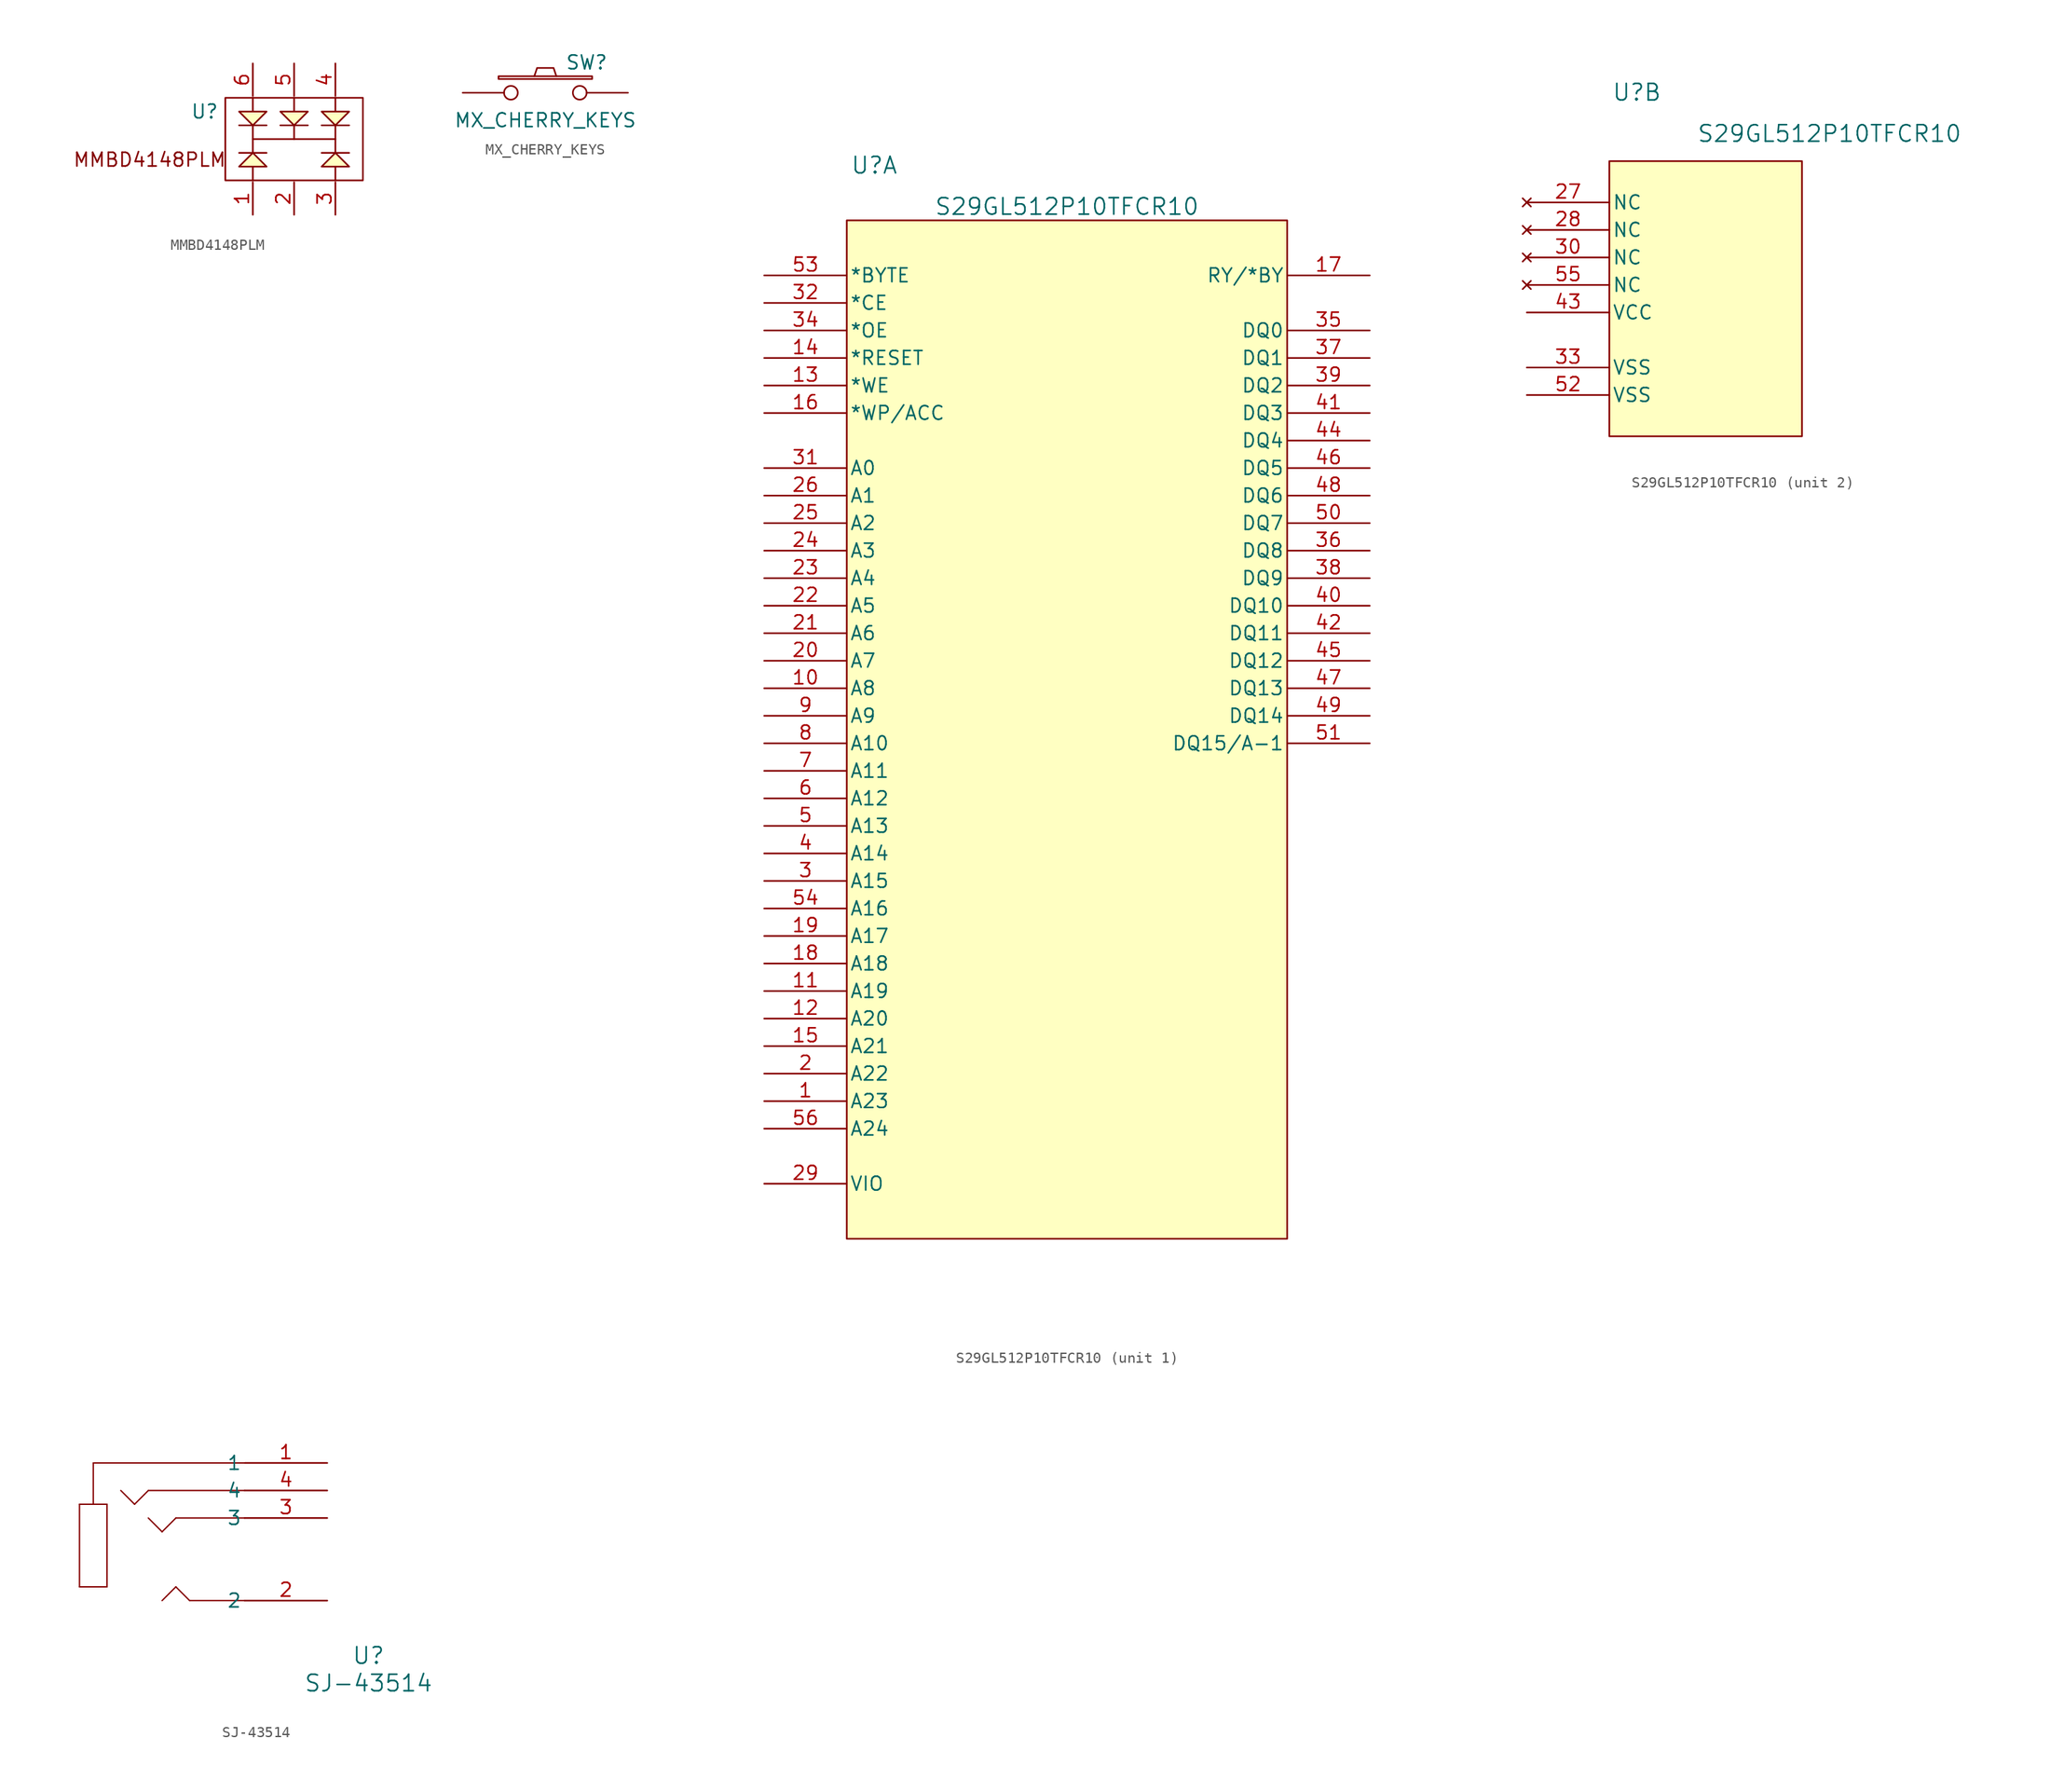
<source format=kicad_sym>
(kicad_symbol_lib
  (version 20231120)
  (generator "kicad_symbol_editor")
  (generator_version "8.0")
  (symbol "MMBD4148PLM"
    (property "Reference" "U"
      (at -8.255 2.54 0)
      (effects (font (size 1.27 1.27))))
    (property "Value" ""
      (at 1.27 2.54 0)
      (effects (font (size 1.27 1.27))))
    (symbol "MMBD4148PLM_0_1"
      (polyline (pts (xy -5.08 1.27) (xy -2.54 1.27)) (stroke (width 0) (type default)) (fill (type none)))
      (polyline (pts (xy -2.54 -1.27) (xy -5.08 -1.27)) (stroke (width 0) (type default)) (fill (type none)))
      (polyline (pts (xy -1.27 1.27) (xy 1.27 1.27)) (stroke (width 0) (type default)) (fill (type none)))
      (polyline (pts (xy 2.54 1.27) (xy 5.08 1.27)) (stroke (width 0) (type default)) (fill (type none)))
      (polyline (pts (xy 5.08 -1.27) (xy 2.54 -1.27)) (stroke (width 0) (type default)) (fill (type none))))
    (symbol "MMBD4148PLM_1_1"
      (rectangle (start -6.35 3.81) (end 6.35 -3.81) (stroke (width 0) (type default)) (fill (type none)))
      (polyline (pts (xy -3.81 0) (xy 3.81 0)) (stroke (width 0) (type default)) (fill (type none)))
      (polyline (pts (xy -3.81 1.27) (xy -3.81 -1.27)) (stroke (width 0) (type default)) (fill (type none)))
      (polyline (pts (xy 0 1.27) (xy 0 0)) (stroke (width 0) (type default)) (fill (type none)))
      (polyline (pts (xy 3.81 1.27) (xy 3.81 -1.27)) (stroke (width 0) (type default)) (fill (type none)))
      (polyline (pts (xy -3.81 -3.81) (xy -3.81 -2.54) (xy -5.08 -2.54) (xy -3.81 -1.27) (xy -2.54 -2.54) (xy -3.81 -2.54)) (stroke (width 0) (type default)) (fill (type background)))
      (polyline (pts (xy -3.81 3.81) (xy -3.81 2.54) (xy -2.54 2.54) (xy -3.81 1.27) (xy -5.08 2.54) (xy -3.81 2.54)) (stroke (width 0) (type default)) (fill (type background)))
      (polyline (pts (xy 0 3.81) (xy 0 2.54) (xy 1.27 2.54) (xy 0 1.27) (xy -1.27 2.54) (xy 0 2.54)) (stroke (width 0) (type default)) (fill (type background)))
      (polyline (pts (xy 3.81 -3.81) (xy 3.81 -2.54) (xy 2.54 -2.54) (xy 3.81 -1.27) (xy 5.08 -2.54) (xy 3.81 -2.54)) (stroke (width 0) (type default)) (fill (type background)))
      (polyline (pts (xy 3.81 3.81) (xy 3.81 2.54) (xy 5.08 2.54) (xy 3.81 1.27) (xy 2.54 2.54) (xy 3.81 2.54)) (stroke (width 0) (type default)) (fill (type background)))
      (text "MMBD4148PLM" (at -13.335 -1.905 0) (effects (font (size 1.27 1.27))))
      (pin passive line (at -3.81 -6.985 90) (length 3) (name "" (effects (font (size 1.27 1.27)))) (number "1" (effects (font (size 1.27 1.27)))))
      (pin passive line (at 0 -6.985 90) (length 3) (name "" (effects (font (size 1.27 1.27)))) (number "2" (effects (font (size 1.27 1.27)))))
      (pin passive line (at 3.81 -6.985 90) (length 3) (name "" (effects (font (size 1.27 1.27)))) (number "3" (effects (font (size 1.27 1.27)))))
      (pin passive line (at 3.81 6.985 270) (length 3) (name "" (effects (font (size 1.27 1.27)))) (number "4" (effects (font (size 1.27 1.27)))))
      (pin passive line (at 0 6.985 270) (length 3) (name "" (effects (font (size 1.27 1.27)))) (number "5" (effects (font (size 1.27 1.27)))))
      (pin passive line (at -3.81 6.985 270) (length 3) (name "" (effects (font (size 1.27 1.27)))) (number "6" (effects (font (size 1.27 1.27)))))))
  (symbol "MX_CHERRY_KEYS"
    (pin_numbers hide)
    (pin_names
      (offset 1.016) hide)
    (property "Reference" "SW"
      (at 3.81 2.794 0)
      (effects (font (size 1.27 1.27))))
    (property "Value" "MX_CHERRY_KEYS"
      (at 0 -2.54 0)
      (effects (font (size 1.27 1.27))))
    (symbol "MX_CHERRY_KEYS_0_1"
      (rectangle (start -4.318 1.27) (end 4.318 1.524) (stroke (width 0) (type solid)) (fill (type none)))
      (polyline (pts (xy -1.016 1.524) (xy -0.762 2.286) (xy 0.762 2.286) (xy 1.016 1.524)) (stroke (width 0) (type solid)) (fill (type none)))
      (pin passive inverted (at -7.62 0 0) (length 5.08) (name "1" (effects (font (size 1.524 1.524)))) (number "1" (effects (font (size 1.524 1.524)))))
      (pin passive inverted (at 7.62 0 180) (length 5.08) (name "2" (effects (font (size 1.524 1.524)))) (number "2" (effects (font (size 1.524 1.524)))))))
  (symbol "S29GL512P10TFCR10"
    (pin_names
      (offset 0.254))
    (property "Reference" "U"
      (at -16.51 54.61 0)
      (effects (font (size 1.524 1.524))))
    (property "Value" "S29GL512P10TFCR10"
      (at 1.27 50.8 0)
      (effects (font (size 1.524 1.524))))
    (property "ki_locked" ""
      (at 0 0 0)
      (effects (font (size 1.27 1.27))))
    (symbol "S29GL512P10TFCR10_1_1"
      (rectangle (start -19.05 49.53) (end 21.59 -44.45) (stroke (width 0) (type default)) (fill (type background)))
      (pin input line (at -26.67 -31.75 0) (length 7.62) (name "A23" (effects (font (size 1.27 1.27)))) (number "1" (effects (font (size 1.27 1.27)))))
      (pin input line (at -26.67 6.35 0) (length 7.62) (name "A8" (effects (font (size 1.27 1.27)))) (number "10" (effects (font (size 1.27 1.27)))))
      (pin input line (at -26.67 -21.59 0) (length 7.62) (name "A19" (effects (font (size 1.27 1.27)))) (number "11" (effects (font (size 1.27 1.27)))))
      (pin input line (at -26.67 -24.13 0) (length 7.62) (name "A20" (effects (font (size 1.27 1.27)))) (number "12" (effects (font (size 1.27 1.27)))))
      (pin input line (at -26.67 34.29 0) (length 7.62) (name "*WE" (effects (font (size 1.27 1.27)))) (number "13" (effects (font (size 1.27 1.27)))))
      (pin input line (at -26.67 36.83 0) (length 7.62) (name "*RESET" (effects (font (size 1.27 1.27)))) (number "14" (effects (font (size 1.27 1.27)))))
      (pin input line (at -26.67 -26.67 0) (length 7.62) (name "A21" (effects (font (size 1.27 1.27)))) (number "15" (effects (font (size 1.27 1.27)))))
      (pin input line (at -26.67 31.75 0) (length 7.62) (name "*WP/ACC" (effects (font (size 1.27 1.27)))) (number "16" (effects (font (size 1.27 1.27)))))
      (pin output line (at 29.21 44.45 180) (length 7.62) (name "RY/*BY" (effects (font (size 1.27 1.27)))) (number "17" (effects (font (size 1.27 1.27)))))
      (pin input line (at -26.67 -19.05 0) (length 7.62) (name "A18" (effects (font (size 1.27 1.27)))) (number "18" (effects (font (size 1.27 1.27)))))
      (pin input line (at -26.67 -16.51 0) (length 7.62) (name "A17" (effects (font (size 1.27 1.27)))) (number "19" (effects (font (size 1.27 1.27)))))
      (pin input line (at -26.67 -29.21 0) (length 7.62) (name "A22" (effects (font (size 1.27 1.27)))) (number "2" (effects (font (size 1.27 1.27)))))
      (pin input line (at -26.67 8.89 0) (length 7.62) (name "A7" (effects (font (size 1.27 1.27)))) (number "20" (effects (font (size 1.27 1.27)))))
      (pin input line (at -26.67 11.43 0) (length 7.62) (name "A6" (effects (font (size 1.27 1.27)))) (number "21" (effects (font (size 1.27 1.27)))))
      (pin input line (at -26.67 13.97 0) (length 7.62) (name "A5" (effects (font (size 1.27 1.27)))) (number "22" (effects (font (size 1.27 1.27)))))
      (pin input line (at -26.67 16.51 0) (length 7.62) (name "A4" (effects (font (size 1.27 1.27)))) (number "23" (effects (font (size 1.27 1.27)))))
      (pin input line (at -26.67 19.05 0) (length 7.62) (name "A3" (effects (font (size 1.27 1.27)))) (number "24" (effects (font (size 1.27 1.27)))))
      (pin input line (at -26.67 21.59 0) (length 7.62) (name "A2" (effects (font (size 1.27 1.27)))) (number "25" (effects (font (size 1.27 1.27)))))
      (pin input line (at -26.67 24.13 0) (length 7.62) (name "A1" (effects (font (size 1.27 1.27)))) (number "26" (effects (font (size 1.27 1.27)))))
      (pin bidirectional line (at -26.67 -39.37 0) (length 7.62) (name "VIO" (effects (font (size 1.27 1.27)))) (number "29" (effects (font (size 1.27 1.27)))))
      (pin input line (at -26.67 -11.43 0) (length 7.62) (name "A15" (effects (font (size 1.27 1.27)))) (number "3" (effects (font (size 1.27 1.27)))))
      (pin input line (at -26.67 26.67 0) (length 7.62) (name "A0" (effects (font (size 1.27 1.27)))) (number "31" (effects (font (size 1.27 1.27)))))
      (pin input line (at -26.67 41.91 0) (length 7.62) (name "*CE" (effects (font (size 1.27 1.27)))) (number "32" (effects (font (size 1.27 1.27)))))
      (pin input line (at -26.67 39.37 0) (length 7.62) (name "*OE" (effects (font (size 1.27 1.27)))) (number "34" (effects (font (size 1.27 1.27)))))
      (pin bidirectional line (at 29.21 39.37 180) (length 7.62) (name "DQ0" (effects (font (size 1.27 1.27)))) (number "35" (effects (font (size 1.27 1.27)))))
      (pin bidirectional line (at 29.21 19.05 180) (length 7.62) (name "DQ8" (effects (font (size 1.27 1.27)))) (number "36" (effects (font (size 1.27 1.27)))))
      (pin bidirectional line (at 29.21 36.83 180) (length 7.62) (name "DQ1" (effects (font (size 1.27 1.27)))) (number "37" (effects (font (size 1.27 1.27)))))
      (pin bidirectional line (at 29.21 16.51 180) (length 7.62) (name "DQ9" (effects (font (size 1.27 1.27)))) (number "38" (effects (font (size 1.27 1.27)))))
      (pin bidirectional line (at 29.21 34.29 180) (length 7.62) (name "DQ2" (effects (font (size 1.27 1.27)))) (number "39" (effects (font (size 1.27 1.27)))))
      (pin input line (at -26.67 -8.89 0) (length 7.62) (name "A14" (effects (font (size 1.27 1.27)))) (number "4" (effects (font (size 1.27 1.27)))))
      (pin bidirectional line (at 29.21 13.97 180) (length 7.62) (name "DQ10" (effects (font (size 1.27 1.27)))) (number "40" (effects (font (size 1.27 1.27)))))
      (pin bidirectional line (at 29.21 31.75 180) (length 7.62) (name "DQ3" (effects (font (size 1.27 1.27)))) (number "41" (effects (font (size 1.27 1.27)))))
      (pin bidirectional line (at 29.21 11.43 180) (length 7.62) (name "DQ11" (effects (font (size 1.27 1.27)))) (number "42" (effects (font (size 1.27 1.27)))))
      (pin bidirectional line (at 29.21 29.21 180) (length 7.62) (name "DQ4" (effects (font (size 1.27 1.27)))) (number "44" (effects (font (size 1.27 1.27)))))
      (pin bidirectional line (at 29.21 8.89 180) (length 7.62) (name "DQ12" (effects (font (size 1.27 1.27)))) (number "45" (effects (font (size 1.27 1.27)))))
      (pin bidirectional line (at 29.21 26.67 180) (length 7.62) (name "DQ5" (effects (font (size 1.27 1.27)))) (number "46" (effects (font (size 1.27 1.27)))))
      (pin bidirectional line (at 29.21 6.35 180) (length 7.62) (name "DQ13" (effects (font (size 1.27 1.27)))) (number "47" (effects (font (size 1.27 1.27)))))
      (pin bidirectional line (at 29.21 24.13 180) (length 7.62) (name "DQ6" (effects (font (size 1.27 1.27)))) (number "48" (effects (font (size 1.27 1.27)))))
      (pin bidirectional line (at 29.21 3.81 180) (length 7.62) (name "DQ14" (effects (font (size 1.27 1.27)))) (number "49" (effects (font (size 1.27 1.27)))))
      (pin input line (at -26.67 -6.35 0) (length 7.62) (name "A13" (effects (font (size 1.27 1.27)))) (number "5" (effects (font (size 1.27 1.27)))))
      (pin bidirectional line (at 29.21 21.59 180) (length 7.62) (name "DQ7" (effects (font (size 1.27 1.27)))) (number "50" (effects (font (size 1.27 1.27)))))
      (pin bidirectional line (at 29.21 1.27 180) (length 7.62) (name "DQ15/A-1" (effects (font (size 1.27 1.27)))) (number "51" (effects (font (size 1.27 1.27)))))
      (pin input line (at -26.67 44.45 0) (length 7.62) (name "*BYTE" (effects (font (size 1.27 1.27)))) (number "53" (effects (font (size 1.27 1.27)))))
      (pin input line (at -26.67 -13.97 0) (length 7.62) (name "A16" (effects (font (size 1.27 1.27)))) (number "54" (effects (font (size 1.27 1.27)))))
      (pin input line (at -26.67 -34.29 0) (length 7.62) (name "A24" (effects (font (size 1.27 1.27)))) (number "56" (effects (font (size 1.27 1.27)))))
      (pin input line (at -26.67 -3.81 0) (length 7.62) (name "A12" (effects (font (size 1.27 1.27)))) (number "6" (effects (font (size 1.27 1.27)))))
      (pin input line (at -26.67 -1.27 0) (length 7.62) (name "A11" (effects (font (size 1.27 1.27)))) (number "7" (effects (font (size 1.27 1.27)))))
      (pin input line (at -26.67 1.27 0) (length 7.62) (name "A10" (effects (font (size 1.27 1.27)))) (number "8" (effects (font (size 1.27 1.27)))))
      (pin input line (at -26.67 3.81 0) (length 7.62) (name "A9" (effects (font (size 1.27 1.27)))) (number "9" (effects (font (size 1.27 1.27))))))
    (symbol "S29GL512P10TFCR10_2_1"
      (rectangle (start -19.05 48.26) (end -1.27 22.86) (stroke (width 0) (type default)) (fill (type background)))
      (pin no_connect line (at -26.67 44.45 0) (length 7.62) (name "NC" (effects (font (size 1.27 1.27)))) (number "27" (effects (font (size 1.27 1.27)))))
      (pin no_connect line (at -26.67 41.91 0) (length 7.62) (name "NC" (effects (font (size 1.27 1.27)))) (number "28" (effects (font (size 1.27 1.27)))))
      (pin no_connect line (at -26.67 39.37 0) (length 7.62) (name "NC" (effects (font (size 1.27 1.27)))) (number "30" (effects (font (size 1.27 1.27)))))
      (pin power_in line (at -26.67 29.21 0) (length 7.62) (name "VSS" (effects (font (size 1.27 1.27)))) (number "33" (effects (font (size 1.27 1.27)))))
      (pin power_in line (at -26.67 34.29 0) (length 7.62) (name "VCC" (effects (font (size 1.27 1.27)))) (number "43" (effects (font (size 1.27 1.27)))))
      (pin power_in line (at -26.67 26.67 0) (length 7.62) (name "VSS" (effects (font (size 1.27 1.27)))) (number "52" (effects (font (size 1.27 1.27)))))
      (pin no_connect line (at -26.67 36.83 0) (length 7.62) (name "NC" (effects (font (size 1.27 1.27)))) (number "55" (effects (font (size 1.27 1.27)))))))
  (symbol "SJ-43514"
    (pin_names
      (offset 0.254))
    (property "Reference" "U"
      (at 13.97 -10.16 0)
      (effects (font (size 1.524 1.524))))
    (property "Value" "SJ-43514"
      (at 13.97 -12.7 0)
      (effects (font (size 1.524 1.524))))
    (symbol "SJ-43514_0_1"
      (polyline (pts (xy -12.7 -3.81) (xy -12.7 3.81)) (stroke (width 0.127) (type default)) (fill (type none)))
      (polyline (pts (xy -12.7 3.81) (xy -10.16 3.81)) (stroke (width 0.127) (type default)) (fill (type none)))
      (polyline (pts (xy -11.43 7.62) (xy -11.43 3.81)) (stroke (width 0.127) (type default)) (fill (type none)))
      (polyline (pts (xy -10.16 -3.81) (xy -12.7 -3.81)) (stroke (width 0.127) (type default)) (fill (type none)))
      (polyline (pts (xy -7.62 3.81) (xy -8.89 5.08)) (stroke (width 0.127) (type default)) (fill (type none)))
      (polyline (pts (xy -7.62 3.81) (xy -6.35 5.08)) (stroke (width 0.127) (type default)) (fill (type none)))
      (polyline (pts (xy -5.08 1.27) (xy -6.35 2.54)) (stroke (width 0.127) (type default)) (fill (type none)))
      (polyline (pts (xy -3.81 -3.81) (xy -5.08 -5.08)) (stroke (width 0.127) (type default)) (fill (type none)))
      (polyline (pts (xy -3.81 2.54) (xy -5.08 1.27)) (stroke (width 0.127) (type default)) (fill (type none)))
      (polyline (pts (xy -2.54 -5.08) (xy -3.81 -3.81)) (stroke (width 0.127) (type default)) (fill (type none)))
      (polyline (pts (xy 2.54 -5.08) (xy -2.54 -5.08)) (stroke (width 0.127) (type default)) (fill (type none)))
      (polyline (pts (xy 2.54 2.54) (xy -3.81 2.54)) (stroke (width 0.127) (type default)) (fill (type none)))
      (polyline (pts (xy 2.54 5.08) (xy -6.35 5.08)) (stroke (width 0.127) (type default)) (fill (type none)))
      (polyline (pts (xy 2.54 7.62) (xy -11.43 7.62)) (stroke (width 0.127) (type default)) (fill (type none)))
      (pin unspecified line (at 10.16 -5.08 180) (length 7.62) (name "2" (effects (font (size 1.27 1.27)))) (number "2" (effects (font (size 1.27 1.27)))))
      (pin unspecified line (at 10.16 2.54 180) (length 7.62) (name "3" (effects (font (size 1.27 1.27)))) (number "3" (effects (font (size 1.27 1.27)))))
      (pin unspecified line (at 10.16 5.08 180) (length 7.62) (name "4" (effects (font (size 1.27 1.27)))) (number "4" (effects (font (size 1.27 1.27))))))
    (symbol "SJ-43514_1_1"
      (polyline (pts (xy -10.16 3.81) (xy -10.16 -3.81)) (stroke (width 0.127) (type default)) (fill (type none)))
      (pin unspecified line (at 10.16 7.62 180) (length 7.62) (name "1" (effects (font (size 1.27 1.27)))) (number "1" (effects (font (size 1.27 1.27))))))))
</source>
